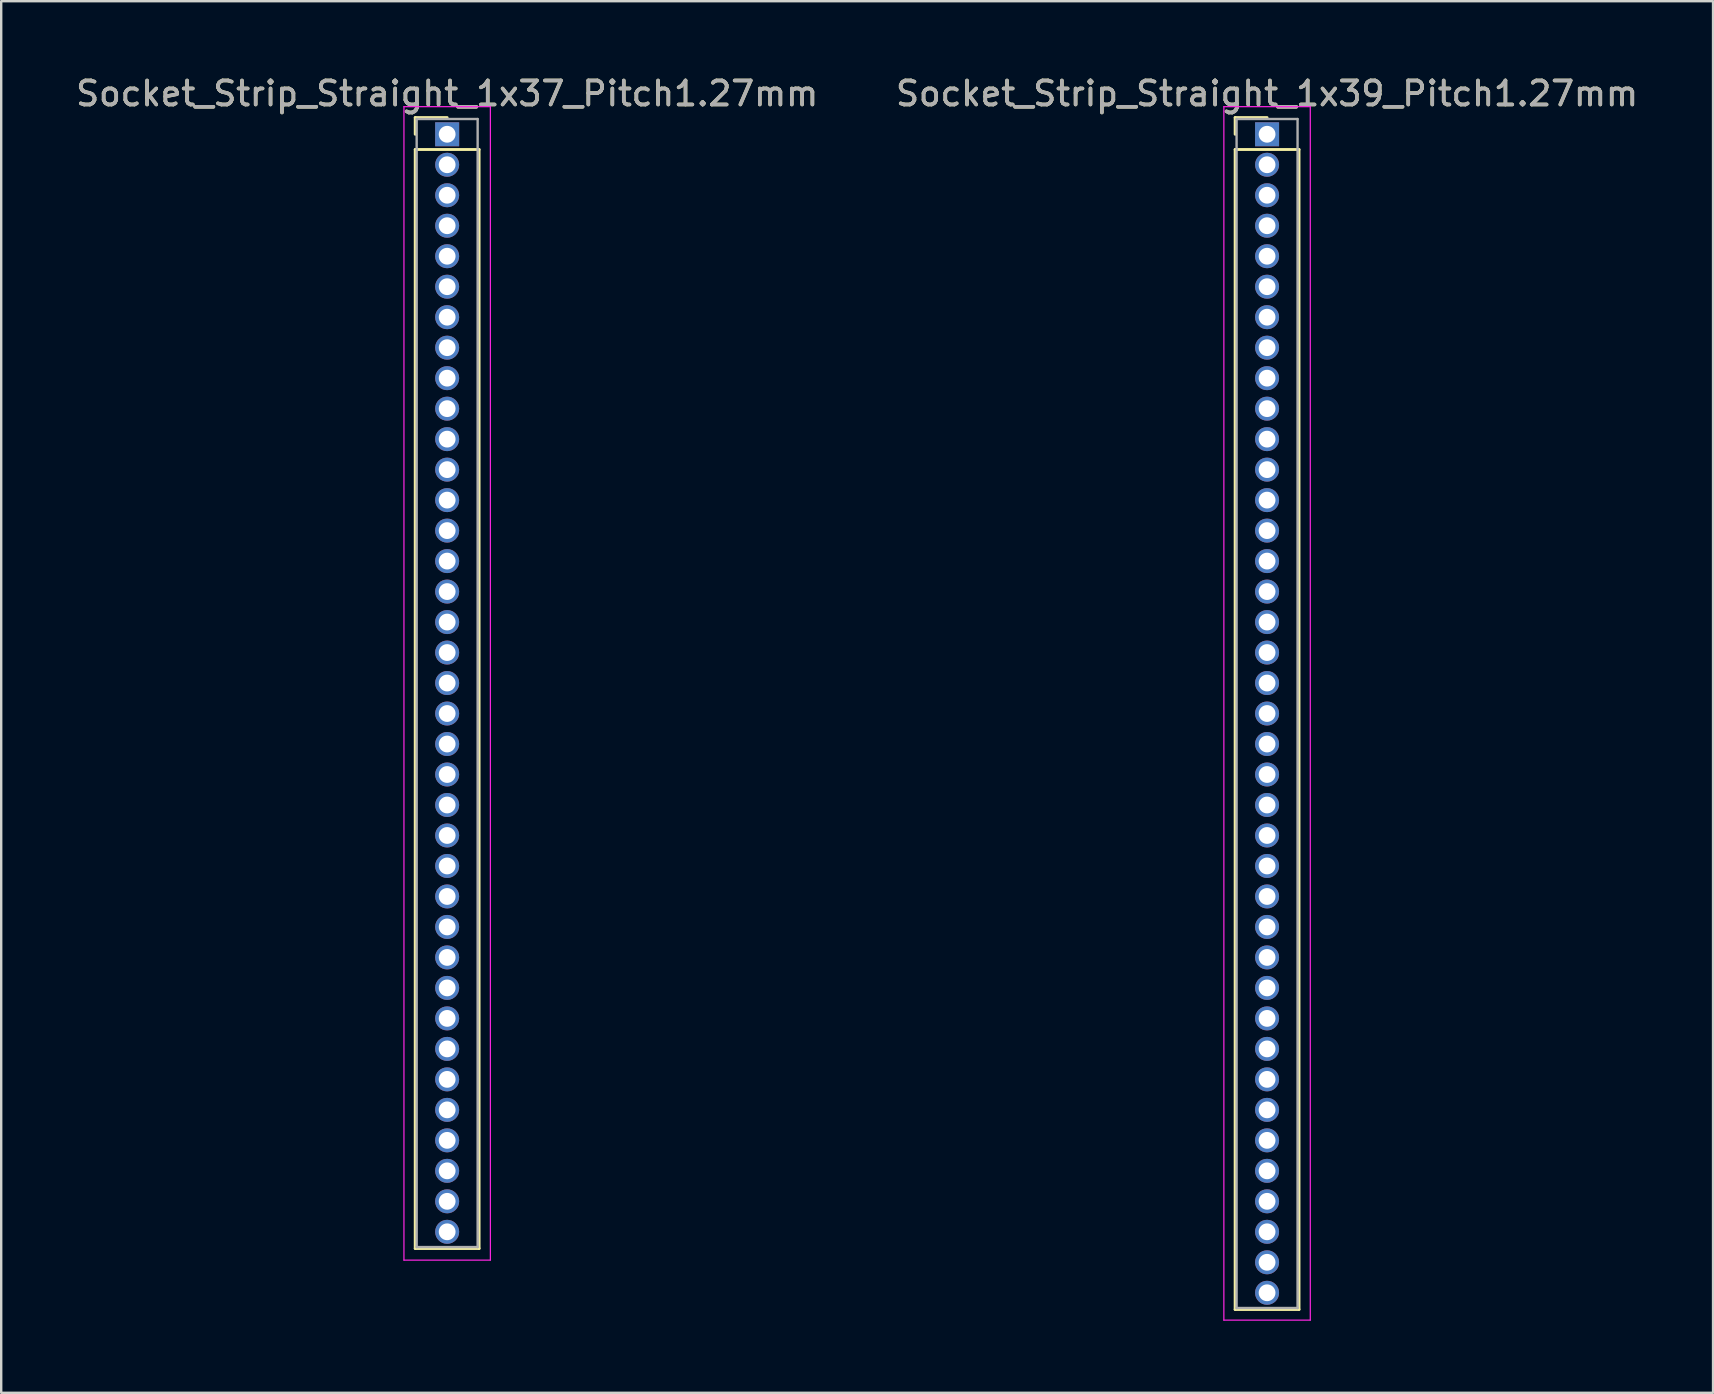
<source format=kicad_pcb>
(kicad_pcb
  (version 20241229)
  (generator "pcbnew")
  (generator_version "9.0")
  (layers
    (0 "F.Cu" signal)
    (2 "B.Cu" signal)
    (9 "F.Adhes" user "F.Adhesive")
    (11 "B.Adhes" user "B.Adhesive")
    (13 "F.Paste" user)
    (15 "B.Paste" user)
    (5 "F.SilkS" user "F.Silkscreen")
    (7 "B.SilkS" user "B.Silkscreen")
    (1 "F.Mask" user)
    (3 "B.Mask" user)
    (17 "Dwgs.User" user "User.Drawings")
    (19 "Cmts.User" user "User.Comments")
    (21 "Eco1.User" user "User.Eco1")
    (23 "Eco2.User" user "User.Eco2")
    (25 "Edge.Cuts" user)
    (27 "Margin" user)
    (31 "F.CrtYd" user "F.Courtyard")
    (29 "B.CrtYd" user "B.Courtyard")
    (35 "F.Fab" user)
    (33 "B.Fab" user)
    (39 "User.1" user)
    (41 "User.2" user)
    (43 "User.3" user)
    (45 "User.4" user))
  (footprint "Socket_Strip_Straight_1x39_Pitch1.27mm"
    (layer "F.Cu")
    (at 49.732 2.543)
    (property "Reference" "Socket_Strip_Straight_1x39_Pitch1.27mm" (at 0 -1.695 0) (layer "F.SilkS") (effects (font (size 1 1) (thickness 0.15))))
    (attr through_hole)
    (fp_line (start -1.33 -0.695) (end 0 -0.695) (stroke (width 0.12) (type solid)) (layer "F.SilkS"))
    (fp_line (start -1.33 0) (end -1.33 -0.695) (stroke (width 0.12) (type solid)) (layer "F.SilkS"))
    (fp_line (start -1.33 0.635) (end -1.33 48.955) (stroke (width 0.12) (type solid)) (layer "F.SilkS"))
    (fp_line (start -1.33 48.955) (end 1.33 48.955) (stroke (width 0.12) (type solid)) (layer "F.SilkS"))
    (fp_line (start 1.33 0.635) (end -1.33 0.635) (stroke (width 0.12) (type solid)) (layer "F.SilkS"))
    (fp_line (start 1.33 48.955) (end 1.33 0.635) (stroke (width 0.12) (type solid)) (layer "F.SilkS"))
    (fp_line (start -1.8 -1.15) (end -1.8 49.4) (stroke (width 0.05) (type solid)) (layer "F.CrtYd"))
    (fp_line (start -1.8 49.4) (end 1.8 49.4) (stroke (width 0.05) (type solid)) (layer "F.CrtYd"))
    (fp_line (start 1.8 -1.15) (end -1.8 -1.15) (stroke (width 0.05) (type solid)) (layer "F.CrtYd"))
    (fp_line (start 1.8 49.4) (end 1.8 -1.15) (stroke (width 0.05) (type solid)) (layer "F.CrtYd"))
    (fp_line (start -1.27 -0.635) (end -1.27 48.895) (stroke (width 0.1) (type solid)) (layer "F.Fab"))
    (fp_line (start -1.27 48.895) (end 1.27 48.895) (stroke (width 0.1) (type solid)) (layer "F.Fab"))
    (fp_line (start 1.27 -0.635) (end -1.27 -0.635) (stroke (width 0.1) (type solid)) (layer "F.Fab"))
    (fp_line (start 1.27 48.895) (end 1.27 -0.635) (stroke (width 0.1) (type solid)) (layer "F.Fab"))
    (fp_text user "${REFERENCE}" (at 0 -1.695 0) (layer "F.Fab") (effects (font (size 1 1) (thickness 0.15))))
    (pad "1" thru_hole rect (at 0 0) (size 1 1) (drill 0.7) (layers "*.Cu" "*.Mask"))
    (pad "2" thru_hole oval (at 0 1.27) (size 1 1) (drill 0.7) (layers "*.Cu" "*.Mask"))
    (pad "3" thru_hole oval (at 0 2.54) (size 1 1) (drill 0.7) (layers "*.Cu" "*.Mask"))
    (pad "4" thru_hole oval (at 0 3.81) (size 1 1) (drill 0.7) (layers "*.Cu" "*.Mask"))
    (pad "5" thru_hole oval (at 0 5.08) (size 1 1) (drill 0.7) (layers "*.Cu" "*.Mask"))
    (pad "6" thru_hole oval (at 0 6.35) (size 1 1) (drill 0.7) (layers "*.Cu" "*.Mask"))
    (pad "7" thru_hole oval (at 0 7.62) (size 1 1) (drill 0.7) (layers "*.Cu" "*.Mask"))
    (pad "8" thru_hole oval (at 0 8.89) (size 1 1) (drill 0.7) (layers "*.Cu" "*.Mask"))
    (pad "9" thru_hole oval (at 0 10.16) (size 1 1) (drill 0.7) (layers "*.Cu" "*.Mask"))
    (pad "10" thru_hole oval (at 0 11.43) (size 1 1) (drill 0.7) (layers "*.Cu" "*.Mask"))
    (pad "11" thru_hole oval (at 0 12.7) (size 1 1) (drill 0.7) (layers "*.Cu" "*.Mask"))
    (pad "12" thru_hole oval (at 0 13.97) (size 1 1) (drill 0.7) (layers "*.Cu" "*.Mask"))
    (pad "13" thru_hole oval (at 0 15.24) (size 1 1) (drill 0.7) (layers "*.Cu" "*.Mask"))
    (pad "14" thru_hole oval (at 0 16.51) (size 1 1) (drill 0.7) (layers "*.Cu" "*.Mask"))
    (pad "15" thru_hole oval (at 0 17.78) (size 1 1) (drill 0.7) (layers "*.Cu" "*.Mask"))
    (pad "16" thru_hole oval (at 0 19.05) (size 1 1) (drill 0.7) (layers "*.Cu" "*.Mask"))
    (pad "17" thru_hole oval (at 0 20.32) (size 1 1) (drill 0.7) (layers "*.Cu" "*.Mask"))
    (pad "18" thru_hole oval (at 0 21.59) (size 1 1) (drill 0.7) (layers "*.Cu" "*.Mask"))
    (pad "19" thru_hole oval (at 0 22.86) (size 1 1) (drill 0.7) (layers "*.Cu" "*.Mask"))
    (pad "20" thru_hole oval (at 0 24.13) (size 1 1) (drill 0.7) (layers "*.Cu" "*.Mask"))
    (pad "21" thru_hole oval (at 0 25.4) (size 1 1) (drill 0.7) (layers "*.Cu" "*.Mask"))
    (pad "22" thru_hole oval (at 0 26.67) (size 1 1) (drill 0.7) (layers "*.Cu" "*.Mask"))
    (pad "23" thru_hole oval (at 0 27.94) (size 1 1) (drill 0.7) (layers "*.Cu" "*.Mask"))
    (pad "24" thru_hole oval (at 0 29.21) (size 1 1) (drill 0.7) (layers "*.Cu" "*.Mask"))
    (pad "25" thru_hole oval (at 0 30.48) (size 1 1) (drill 0.7) (layers "*.Cu" "*.Mask"))
    (pad "26" thru_hole oval (at 0 31.75) (size 1 1) (drill 0.7) (layers "*.Cu" "*.Mask"))
    (pad "27" thru_hole oval (at 0 33.02) (size 1 1) (drill 0.7) (layers "*.Cu" "*.Mask"))
    (pad "28" thru_hole oval (at 0 34.29) (size 1 1) (drill 0.7) (layers "*.Cu" "*.Mask"))
    (pad "29" thru_hole oval (at 0 35.56) (size 1 1) (drill 0.7) (layers "*.Cu" "*.Mask"))
    (pad "30" thru_hole oval (at 0 36.83) (size 1 1) (drill 0.7) (layers "*.Cu" "*.Mask"))
    (pad "31" thru_hole oval (at 0 38.1) (size 1 1) (drill 0.7) (layers "*.Cu" "*.Mask"))
    (pad "32" thru_hole oval (at 0 39.37) (size 1 1) (drill 0.7) (layers "*.Cu" "*.Mask"))
    (pad "33" thru_hole oval (at 0 40.64) (size 1 1) (drill 0.7) (layers "*.Cu" "*.Mask"))
    (pad "34" thru_hole oval (at 0 41.91) (size 1 1) (drill 0.7) (layers "*.Cu" "*.Mask"))
    (pad "35" thru_hole oval (at 0 43.18) (size 1 1) (drill 0.7) (layers "*.Cu" "*.Mask"))
    (pad "36" thru_hole oval (at 0 44.45) (size 1 1) (drill 0.7) (layers "*.Cu" "*.Mask"))
    (pad "37" thru_hole oval (at 0 45.72) (size 1 1) (drill 0.7) (layers "*.Cu" "*.Mask"))
    (pad "38" thru_hole oval (at 0 46.99) (size 1 1) (drill 0.7) (layers "*.Cu" "*.Mask"))
    (pad "39" thru_hole oval (at 0 48.26) (size 1 1) (drill 0.7) (layers "*.Cu" "*.Mask")))
  (footprint "Socket_Strip_Straight_1x37_Pitch1.27mm"
    (layer "F.Cu")
    (at 15.577 2.543)
    (property "Reference" "Socket_Strip_Straight_1x37_Pitch1.27mm" (at 0 -1.695 0) (layer "F.SilkS") (effects (font (size 1 1) (thickness 0.15))))
    (attr through_hole)
    (fp_line (start -1.33 -0.695) (end 0 -0.695) (stroke (width 0.12) (type solid)) (layer "F.SilkS"))
    (fp_line (start -1.33 0) (end -1.33 -0.695) (stroke (width 0.12) (type solid)) (layer "F.SilkS"))
    (fp_line (start -1.33 0.635) (end -1.33 46.415) (stroke (width 0.12) (type solid)) (layer "F.SilkS"))
    (fp_line (start -1.33 46.415) (end 1.33 46.415) (stroke (width 0.12) (type solid)) (layer "F.SilkS"))
    (fp_line (start 1.33 0.635) (end -1.33 0.635) (stroke (width 0.12) (type solid)) (layer "F.SilkS"))
    (fp_line (start 1.33 46.415) (end 1.33 0.635) (stroke (width 0.12) (type solid)) (layer "F.SilkS"))
    (fp_line (start -1.8 -1.15) (end -1.8 46.9) (stroke (width 0.05) (type solid)) (layer "F.CrtYd"))
    (fp_line (start -1.8 46.9) (end 1.8 46.9) (stroke (width 0.05) (type solid)) (layer "F.CrtYd"))
    (fp_line (start 1.8 -1.15) (end -1.8 -1.15) (stroke (width 0.05) (type solid)) (layer "F.CrtYd"))
    (fp_line (start 1.8 46.9) (end 1.8 -1.15) (stroke (width 0.05) (type solid)) (layer "F.CrtYd"))
    (fp_line (start -1.27 -0.635) (end -1.27 46.355) (stroke (width 0.1) (type solid)) (layer "F.Fab"))
    (fp_line (start -1.27 46.355) (end 1.27 46.355) (stroke (width 0.1) (type solid)) (layer "F.Fab"))
    (fp_line (start 1.27 -0.635) (end -1.27 -0.635) (stroke (width 0.1) (type solid)) (layer "F.Fab"))
    (fp_line (start 1.27 46.355) (end 1.27 -0.635) (stroke (width 0.1) (type solid)) (layer "F.Fab"))
    (fp_text user "${REFERENCE}" (at 0 -1.695 0) (layer "F.Fab") (effects (font (size 1 1) (thickness 0.15))))
    (pad "1" thru_hole rect (at 0 0) (size 1 1) (drill 0.7) (layers "*.Cu" "*.Mask"))
    (pad "2" thru_hole oval (at 0 1.27) (size 1 1) (drill 0.7) (layers "*.Cu" "*.Mask"))
    (pad "3" thru_hole oval (at 0 2.54) (size 1 1) (drill 0.7) (layers "*.Cu" "*.Mask"))
    (pad "4" thru_hole oval (at 0 3.81) (size 1 1) (drill 0.7) (layers "*.Cu" "*.Mask"))
    (pad "5" thru_hole oval (at 0 5.08) (size 1 1) (drill 0.7) (layers "*.Cu" "*.Mask"))
    (pad "6" thru_hole oval (at 0 6.35) (size 1 1) (drill 0.7) (layers "*.Cu" "*.Mask"))
    (pad "7" thru_hole oval (at 0 7.62) (size 1 1) (drill 0.7) (layers "*.Cu" "*.Mask"))
    (pad "8" thru_hole oval (at 0 8.89) (size 1 1) (drill 0.7) (layers "*.Cu" "*.Mask"))
    (pad "9" thru_hole oval (at 0 10.16) (size 1 1) (drill 0.7) (layers "*.Cu" "*.Mask"))
    (pad "10" thru_hole oval (at 0 11.43) (size 1 1) (drill 0.7) (layers "*.Cu" "*.Mask"))
    (pad "11" thru_hole oval (at 0 12.7) (size 1 1) (drill 0.7) (layers "*.Cu" "*.Mask"))
    (pad "12" thru_hole oval (at 0 13.97) (size 1 1) (drill 0.7) (layers "*.Cu" "*.Mask"))
    (pad "13" thru_hole oval (at 0 15.24) (size 1 1) (drill 0.7) (layers "*.Cu" "*.Mask"))
    (pad "14" thru_hole oval (at 0 16.51) (size 1 1) (drill 0.7) (layers "*.Cu" "*.Mask"))
    (pad "15" thru_hole oval (at 0 17.78) (size 1 1) (drill 0.7) (layers "*.Cu" "*.Mask"))
    (pad "16" thru_hole oval (at 0 19.05) (size 1 1) (drill 0.7) (layers "*.Cu" "*.Mask"))
    (pad "17" thru_hole oval (at 0 20.32) (size 1 1) (drill 0.7) (layers "*.Cu" "*.Mask"))
    (pad "18" thru_hole oval (at 0 21.59) (size 1 1) (drill 0.7) (layers "*.Cu" "*.Mask"))
    (pad "19" thru_hole oval (at 0 22.86) (size 1 1) (drill 0.7) (layers "*.Cu" "*.Mask"))
    (pad "20" thru_hole oval (at 0 24.13) (size 1 1) (drill 0.7) (layers "*.Cu" "*.Mask"))
    (pad "21" thru_hole oval (at 0 25.4) (size 1 1) (drill 0.7) (layers "*.Cu" "*.Mask"))
    (pad "22" thru_hole oval (at 0 26.67) (size 1 1) (drill 0.7) (layers "*.Cu" "*.Mask"))
    (pad "23" thru_hole oval (at 0 27.94) (size 1 1) (drill 0.7) (layers "*.Cu" "*.Mask"))
    (pad "24" thru_hole oval (at 0 29.21) (size 1 1) (drill 0.7) (layers "*.Cu" "*.Mask"))
    (pad "25" thru_hole oval (at 0 30.48) (size 1 1) (drill 0.7) (layers "*.Cu" "*.Mask"))
    (pad "26" thru_hole oval (at 0 31.75) (size 1 1) (drill 0.7) (layers "*.Cu" "*.Mask"))
    (pad "27" thru_hole oval (at 0 33.02) (size 1 1) (drill 0.7) (layers "*.Cu" "*.Mask"))
    (pad "28" thru_hole oval (at 0 34.29) (size 1 1) (drill 0.7) (layers "*.Cu" "*.Mask"))
    (pad "29" thru_hole oval (at 0 35.56) (size 1 1) (drill 0.7) (layers "*.Cu" "*.Mask"))
    (pad "30" thru_hole oval (at 0 36.83) (size 1 1) (drill 0.7) (layers "*.Cu" "*.Mask"))
    (pad "31" thru_hole oval (at 0 38.1) (size 1 1) (drill 0.7) (layers "*.Cu" "*.Mask"))
    (pad "32" thru_hole oval (at 0 39.37) (size 1 1) (drill 0.7) (layers "*.Cu" "*.Mask"))
    (pad "33" thru_hole oval (at 0 40.64) (size 1 1) (drill 0.7) (layers "*.Cu" "*.Mask"))
    (pad "34" thru_hole oval (at 0 41.91) (size 1 1) (drill 0.7) (layers "*.Cu" "*.Mask"))
    (pad "35" thru_hole oval (at 0 43.18) (size 1 1) (drill 0.7) (layers "*.Cu" "*.Mask"))
    (pad "36" thru_hole oval (at 0 44.45) (size 1 1) (drill 0.7) (layers "*.Cu" "*.Mask"))
    (pad "37" thru_hole oval (at 0 45.72) (size 1 1) (drill 0.7) (layers "*.Cu" "*.Mask")))
  (gr_rect
    (start -3 -3)
    (end 68.31 54.968)
    (stroke (width 0.1) (type default))
    (fill no)
    (layer "Edge.Cuts")))
</source>
